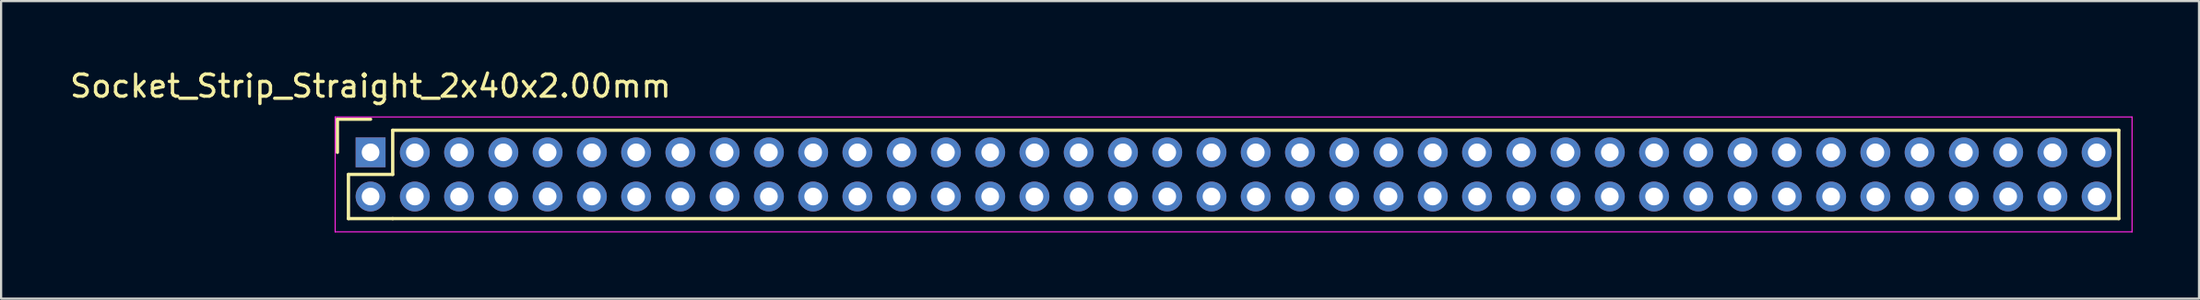
<source format=kicad_pcb>
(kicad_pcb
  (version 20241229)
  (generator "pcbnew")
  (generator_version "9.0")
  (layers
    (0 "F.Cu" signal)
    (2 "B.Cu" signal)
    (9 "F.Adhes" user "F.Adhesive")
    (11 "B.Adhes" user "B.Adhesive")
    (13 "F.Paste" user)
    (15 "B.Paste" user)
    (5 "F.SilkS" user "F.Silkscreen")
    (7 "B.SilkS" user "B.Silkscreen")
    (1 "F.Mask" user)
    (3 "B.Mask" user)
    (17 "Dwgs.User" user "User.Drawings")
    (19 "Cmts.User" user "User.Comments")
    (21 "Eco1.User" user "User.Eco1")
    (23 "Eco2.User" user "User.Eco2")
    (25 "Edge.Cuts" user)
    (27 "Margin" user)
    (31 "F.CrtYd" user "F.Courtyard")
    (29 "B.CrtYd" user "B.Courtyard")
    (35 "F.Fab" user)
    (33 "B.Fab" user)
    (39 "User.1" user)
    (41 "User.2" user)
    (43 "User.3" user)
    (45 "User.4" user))
  (footprint "Socket_Strip_Straight_2x40x2.00mm"
    (layer "F.Cu")
    (at 13.696 3.848)
    (property "Reference" "Socket_Strip_Straight_2x40x2.00mm" (at 0 -3 0) (layer "F.SilkS") (effects (font (size 1 1) (thickness 0.15))))
    (attr through_hole)
    (fp_line (start -1.5 -1.5) (end -1.5 0) (stroke (width 0.15) (type solid)) (layer "F.SilkS"))
    (fp_line (start -1 1) (end -1 3) (stroke (width 0.15) (type solid)) (layer "F.SilkS"))
    (fp_line (start -1 3) (end 1 3) (stroke (width 0.15) (type solid)) (layer "F.SilkS"))
    (fp_line (start 0 -1.5) (end -1.5 -1.5) (stroke (width 0.15) (type solid)) (layer "F.SilkS"))
    (fp_line (start 1 -1) (end 1 1) (stroke (width 0.15) (type solid)) (layer "F.SilkS"))
    (fp_line (start 1 1) (end -1 1) (stroke (width 0.15) (type solid)) (layer "F.SilkS"))
    (fp_line (start 1 3) (end 79 3) (stroke (width 0.15) (type solid)) (layer "F.SilkS"))
    (fp_line (start 79 -1) (end 1 -1) (stroke (width 0.15) (type solid)) (layer "F.SilkS"))
    (fp_line (start 79 3) (end 79 -1) (stroke (width 0.15) (type solid)) (layer "F.SilkS"))
    (fp_line (start -1.6 -1.6) (end -1.6 3.6) (stroke (width 0.05) (type solid)) (layer "F.CrtYd"))
    (fp_line (start -1.6 3.6) (end 79.6 3.6) (stroke (width 0.05) (type solid)) (layer "F.CrtYd"))
    (fp_line (start 79.6 -1.6) (end -1.6 -1.6) (stroke (width 0.05) (type solid)) (layer "F.CrtYd"))
    (fp_line (start 79.6 3.6) (end 79.6 -1.6) (stroke (width 0.05) (type solid)) (layer "F.CrtYd"))
    (pad "1" thru_hole rect (at 0 0) (size 1.35 1.35) (drill 0.8) (layers "*.Cu" "*.Mask"))
    (pad "2" thru_hole circle (at 0 2) (size 1.35 1.35) (drill 0.8) (layers "*.Cu" "*.Mask"))
    (pad "3" thru_hole circle (at 2 0) (size 1.35 1.35) (drill 0.8) (layers "*.Cu" "*.Mask"))
    (pad "4" thru_hole circle (at 2 2) (size 1.35 1.35) (drill 0.8) (layers "*.Cu" "*.Mask"))
    (pad "5" thru_hole circle (at 4 0) (size 1.35 1.35) (drill 0.8) (layers "*.Cu" "*.Mask"))
    (pad "6" thru_hole circle (at 4 2) (size 1.35 1.35) (drill 0.8) (layers "*.Cu" "*.Mask"))
    (pad "7" thru_hole circle (at 6 0) (size 1.35 1.35) (drill 0.8) (layers "*.Cu" "*.Mask"))
    (pad "8" thru_hole circle (at 6 2) (size 1.35 1.35) (drill 0.8) (layers "*.Cu" "*.Mask"))
    (pad "9" thru_hole circle (at 8 0) (size 1.35 1.35) (drill 0.8) (layers "*.Cu" "*.Mask"))
    (pad "10" thru_hole circle (at 8 2) (size 1.35 1.35) (drill 0.8) (layers "*.Cu" "*.Mask"))
    (pad "11" thru_hole circle (at 10 0) (size 1.35 1.35) (drill 0.8) (layers "*.Cu" "*.Mask"))
    (pad "12" thru_hole circle (at 10 2) (size 1.35 1.35) (drill 0.8) (layers "*.Cu" "*.Mask"))
    (pad "13" thru_hole circle (at 12 0) (size 1.35 1.35) (drill 0.8) (layers "*.Cu" "*.Mask"))
    (pad "14" thru_hole circle (at 12 2) (size 1.35 1.35) (drill 0.8) (layers "*.Cu" "*.Mask"))
    (pad "15" thru_hole circle (at 14 0) (size 1.35 1.35) (drill 0.8) (layers "*.Cu" "*.Mask"))
    (pad "16" thru_hole circle (at 14 2) (size 1.35 1.35) (drill 0.8) (layers "*.Cu" "*.Mask"))
    (pad "17" thru_hole circle (at 16 0) (size 1.35 1.35) (drill 0.8) (layers "*.Cu" "*.Mask"))
    (pad "18" thru_hole circle (at 16 2) (size 1.35 1.35) (drill 0.8) (layers "*.Cu" "*.Mask"))
    (pad "19" thru_hole circle (at 18 0) (size 1.35 1.35) (drill 0.8) (layers "*.Cu" "*.Mask"))
    (pad "20" thru_hole circle (at 18 2) (size 1.35 1.35) (drill 0.8) (layers "*.Cu" "*.Mask"))
    (pad "21" thru_hole circle (at 20 0) (size 1.35 1.35) (drill 0.8) (layers "*.Cu" "*.Mask"))
    (pad "22" thru_hole circle (at 20 2) (size 1.35 1.35) (drill 0.8) (layers "*.Cu" "*.Mask"))
    (pad "23" thru_hole circle (at 22 0) (size 1.35 1.35) (drill 0.8) (layers "*.Cu" "*.Mask"))
    (pad "24" thru_hole circle (at 22 2) (size 1.35 1.35) (drill 0.8) (layers "*.Cu" "*.Mask"))
    (pad "25" thru_hole circle (at 24 0) (size 1.35 1.35) (drill 0.8) (layers "*.Cu" "*.Mask"))
    (pad "26" thru_hole circle (at 24 2) (size 1.35 1.35) (drill 0.8) (layers "*.Cu" "*.Mask"))
    (pad "27" thru_hole circle (at 26 0) (size 1.35 1.35) (drill 0.8) (layers "*.Cu" "*.Mask"))
    (pad "28" thru_hole circle (at 26 2) (size 1.35 1.35) (drill 0.8) (layers "*.Cu" "*.Mask"))
    (pad "29" thru_hole circle (at 28 0) (size 1.35 1.35) (drill 0.8) (layers "*.Cu" "*.Mask"))
    (pad "30" thru_hole circle (at 28 2) (size 1.35 1.35) (drill 0.8) (layers "*.Cu" "*.Mask"))
    (pad "31" thru_hole circle (at 30 0) (size 1.35 1.35) (drill 0.8) (layers "*.Cu" "*.Mask"))
    (pad "32" thru_hole circle (at 30 2) (size 1.35 1.35) (drill 0.8) (layers "*.Cu" "*.Mask"))
    (pad "33" thru_hole circle (at 32 0) (size 1.35 1.35) (drill 0.8) (layers "*.Cu" "*.Mask"))
    (pad "34" thru_hole circle (at 32 2) (size 1.35 1.35) (drill 0.8) (layers "*.Cu" "*.Mask"))
    (pad "35" thru_hole circle (at 34 0) (size 1.35 1.35) (drill 0.8) (layers "*.Cu" "*.Mask"))
    (pad "36" thru_hole circle (at 34 2) (size 1.35 1.35) (drill 0.8) (layers "*.Cu" "*.Mask"))
    (pad "37" thru_hole circle (at 36 0) (size 1.35 1.35) (drill 0.8) (layers "*.Cu" "*.Mask"))
    (pad "38" thru_hole circle (at 36 2) (size 1.35 1.35) (drill 0.8) (layers "*.Cu" "*.Mask"))
    (pad "39" thru_hole circle (at 38 0) (size 1.35 1.35) (drill 0.8) (layers "*.Cu" "*.Mask"))
    (pad "40" thru_hole circle (at 38 2) (size 1.35 1.35) (drill 0.8) (layers "*.Cu" "*.Mask"))
    (pad "41" thru_hole circle (at 40 0) (size 1.35 1.35) (drill 0.8) (layers "*.Cu" "*.Mask"))
    (pad "42" thru_hole circle (at 40 2) (size 1.35 1.35) (drill 0.8) (layers "*.Cu" "*.Mask"))
    (pad "43" thru_hole circle (at 42 0) (size 1.35 1.35) (drill 0.8) (layers "*.Cu" "*.Mask"))
    (pad "44" thru_hole circle (at 42 2) (size 1.35 1.35) (drill 0.8) (layers "*.Cu" "*.Mask"))
    (pad "45" thru_hole circle (at 44 0) (size 1.35 1.35) (drill 0.8) (layers "*.Cu" "*.Mask"))
    (pad "46" thru_hole circle (at 44 2) (size 1.35 1.35) (drill 0.8) (layers "*.Cu" "*.Mask"))
    (pad "47" thru_hole circle (at 46 0) (size 1.35 1.35) (drill 0.8) (layers "*.Cu" "*.Mask"))
    (pad "48" thru_hole circle (at 46 2) (size 1.35 1.35) (drill 0.8) (layers "*.Cu" "*.Mask"))
    (pad "49" thru_hole circle (at 48 0) (size 1.35 1.35) (drill 0.8) (layers "*.Cu" "*.Mask"))
    (pad "50" thru_hole circle (at 48 2) (size 1.35 1.35) (drill 0.8) (layers "*.Cu" "*.Mask"))
    (pad "51" thru_hole circle (at 50 0) (size 1.35 1.35) (drill 0.8) (layers "*.Cu" "*.Mask"))
    (pad "52" thru_hole circle (at 50 2) (size 1.35 1.35) (drill 0.8) (layers "*.Cu" "*.Mask"))
    (pad "53" thru_hole circle (at 52 0) (size 1.35 1.35) (drill 0.8) (layers "*.Cu" "*.Mask"))
    (pad "54" thru_hole circle (at 52 2) (size 1.35 1.35) (drill 0.8) (layers "*.Cu" "*.Mask"))
    (pad "55" thru_hole circle (at 54 0) (size 1.35 1.35) (drill 0.8) (layers "*.Cu" "*.Mask"))
    (pad "56" thru_hole circle (at 54 2) (size 1.35 1.35) (drill 0.8) (layers "*.Cu" "*.Mask"))
    (pad "57" thru_hole circle (at 56 0) (size 1.35 1.35) (drill 0.8) (layers "*.Cu" "*.Mask"))
    (pad "58" thru_hole circle (at 56 2) (size 1.35 1.35) (drill 0.8) (layers "*.Cu" "*.Mask"))
    (pad "59" thru_hole circle (at 58 0) (size 1.35 1.35) (drill 0.8) (layers "*.Cu" "*.Mask"))
    (pad "60" thru_hole circle (at 58 2) (size 1.35 1.35) (drill 0.8) (layers "*.Cu" "*.Mask"))
    (pad "61" thru_hole circle (at 60 0) (size 1.35 1.35) (drill 0.8) (layers "*.Cu" "*.Mask"))
    (pad "62" thru_hole circle (at 60 2) (size 1.35 1.35) (drill 0.8) (layers "*.Cu" "*.Mask"))
    (pad "63" thru_hole circle (at 62 0) (size 1.35 1.35) (drill 0.8) (layers "*.Cu" "*.Mask"))
    (pad "64" thru_hole circle (at 62 2) (size 1.35 1.35) (drill 0.8) (layers "*.Cu" "*.Mask"))
    (pad "65" thru_hole circle (at 64 0) (size 1.35 1.35) (drill 0.8) (layers "*.Cu" "*.Mask"))
    (pad "66" thru_hole circle (at 64 2) (size 1.35 1.35) (drill 0.8) (layers "*.Cu" "*.Mask"))
    (pad "67" thru_hole circle (at 66 0) (size 1.35 1.35) (drill 0.8) (layers "*.Cu" "*.Mask"))
    (pad "68" thru_hole circle (at 66 2) (size 1.35 1.35) (drill 0.8) (layers "*.Cu" "*.Mask"))
    (pad "69" thru_hole circle (at 68 0) (size 1.35 1.35) (drill 0.8) (layers "*.Cu" "*.Mask"))
    (pad "70" thru_hole circle (at 68 2) (size 1.35 1.35) (drill 0.8) (layers "*.Cu" "*.Mask"))
    (pad "71" thru_hole circle (at 70 0) (size 1.35 1.35) (drill 0.8) (layers "*.Cu" "*.Mask"))
    (pad "72" thru_hole circle (at 70 2) (size 1.35 1.35) (drill 0.8) (layers "*.Cu" "*.Mask"))
    (pad "73" thru_hole circle (at 72 0) (size 1.35 1.35) (drill 0.8) (layers "*.Cu" "*.Mask"))
    (pad "74" thru_hole circle (at 72 2) (size 1.35 1.35) (drill 0.8) (layers "*.Cu" "*.Mask"))
    (pad "75" thru_hole circle (at 74 0) (size 1.35 1.35) (drill 0.8) (layers "*.Cu" "*.Mask"))
    (pad "76" thru_hole circle (at 74 2) (size 1.35 1.35) (drill 0.8) (layers "*.Cu" "*.Mask"))
    (pad "77" thru_hole circle (at 76 0) (size 1.35 1.35) (drill 0.8) (layers "*.Cu" "*.Mask"))
    (pad "78" thru_hole circle (at 76 2) (size 1.35 1.35) (drill 0.8) (layers "*.Cu" "*.Mask"))
    (pad "79" thru_hole circle (at 78 0) (size 1.35 1.35) (drill 0.8) (layers "*.Cu" "*.Mask"))
    (pad "80" thru_hole circle (at 78 2) (size 1.35 1.35) (drill 0.8) (layers "*.Cu" "*.Mask")))
  (gr_rect
    (start -3 -3)
    (end 96.321 10.473)
    (stroke (width 0.1) (type default))
    (fill no)
    (layer "Edge.Cuts")))
</source>
